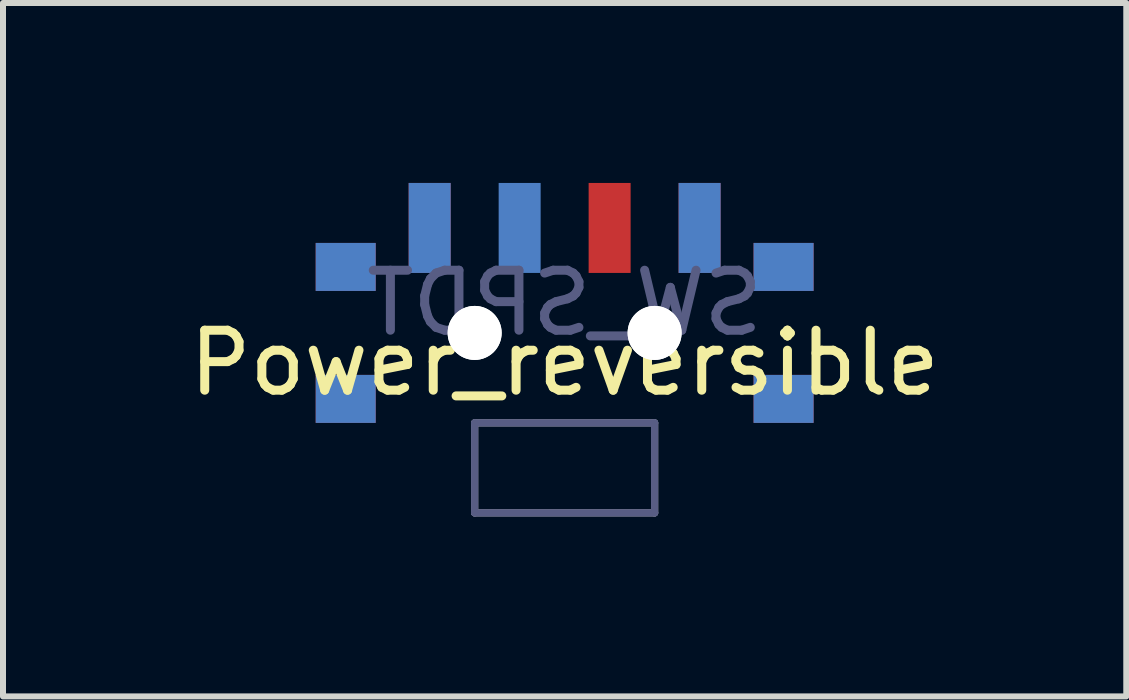
<source format=kicad_pcb>
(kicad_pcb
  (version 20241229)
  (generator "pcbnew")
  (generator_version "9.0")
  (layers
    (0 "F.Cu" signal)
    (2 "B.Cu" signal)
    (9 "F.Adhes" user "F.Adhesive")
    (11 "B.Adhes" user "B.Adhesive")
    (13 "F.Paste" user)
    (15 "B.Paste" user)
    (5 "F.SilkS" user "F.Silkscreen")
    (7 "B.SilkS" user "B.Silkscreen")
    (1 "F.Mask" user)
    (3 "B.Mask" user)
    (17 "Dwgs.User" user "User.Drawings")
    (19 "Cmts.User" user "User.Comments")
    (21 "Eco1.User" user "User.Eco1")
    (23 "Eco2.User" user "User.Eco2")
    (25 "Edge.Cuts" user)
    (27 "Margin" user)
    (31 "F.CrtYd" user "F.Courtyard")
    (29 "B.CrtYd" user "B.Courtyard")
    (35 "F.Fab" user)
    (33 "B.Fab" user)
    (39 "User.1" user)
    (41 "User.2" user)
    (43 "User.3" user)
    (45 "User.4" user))
  (footprint "Power_reversible"
    (layer "F.Cu")
    (at 6.363 2.5)
    (property "Reference" "Power_reversible" (at 0 0.5 180) (layer "F.SilkS") (effects (font (size 1 1) (thickness 0.15))))
    (fp_poly (pts (xy -4.1 -0.75) (xy -4.1 -1.45) (xy -3.2 -1.45) (xy -3.2 -0.75)) (stroke (width 0.1) (type solid)) (fill yes) (layer "F.Mask"))
    (fp_poly (pts (xy -4.1 1.45) (xy -4.1 0.75) (xy -3.2 0.75) (xy -3.2 1.45)) (stroke (width 0.1) (type solid)) (fill yes) (layer "F.Mask"))
    (fp_poly (pts (xy -2.55 -1.05) (xy -2.55 -2.45) (xy -1.95 -2.45) (xy -1.95 -1.05)) (stroke (width 0.1) (type solid)) (fill yes) (layer "F.Mask"))
    (fp_poly (pts (xy 0.45 -1.05) (xy 0.45 -2.45) (xy 1.05 -2.45) (xy 1.05 -1.05)) (stroke (width 0.1) (type solid)) (fill yes) (layer "F.Mask"))
    (fp_poly (pts (xy 1.95 -1.05) (xy 1.95 -2.45) (xy 2.55 -2.45) (xy 2.55 -1.05)) (stroke (width 0.1) (type solid)) (fill yes) (layer "F.Mask"))
    (fp_poly (pts (xy 3.2 -0.75) (xy 3.2 -1.45) (xy 4.1 -1.45) (xy 4.1 -0.75)) (stroke (width 0.1) (type solid)) (fill yes) (layer "F.Mask"))
    (fp_poly (pts (xy 3.2 1.45) (xy 3.2 0.75) (xy 4.1 0.75) (xy 4.1 1.45)) (stroke (width 0.1) (type solid)) (fill yes) (layer "F.Mask"))
    (fp_poly (pts (xy -3.2 -0.75) (xy -3.2 -1.45) (xy -4.1 -1.45) (xy -4.1 -0.75)) (stroke (width 0.1) (type solid)) (fill yes) (layer "B.Mask"))
    (fp_poly (pts (xy -3.2 1.45) (xy -3.2 0.75) (xy -4.1 0.75) (xy -4.1 1.45)) (stroke (width 0.1) (type solid)) (fill yes) (layer "B.Mask"))
    (fp_poly (pts (xy -1.95 -1.05) (xy -1.95 -2.45) (xy -2.55 -2.45) (xy -2.55 -1.05)) (stroke (width 0.1) (type solid)) (fill yes) (layer "B.Mask"))
    (fp_poly (pts (xy -0.45 -1.05) (xy -0.45 -2.45) (xy -1.05 -2.45) (xy -1.05 -1.05)) (stroke (width 0.1) (type solid)) (fill yes) (layer "B.Mask"))
    (fp_poly (pts (xy 2.55 -1.05) (xy 2.55 -2.45) (xy 1.95 -2.45) (xy 1.95 -1.05)) (stroke (width 0.1) (type solid)) (fill yes) (layer "B.Mask"))
    (fp_poly (pts (xy 4.1 -0.75) (xy 4.1 -1.45) (xy 3.2 -1.45) (xy 3.2 -0.75)) (stroke (width 0.1) (type solid)) (fill yes) (layer "B.Mask"))
    (fp_poly (pts (xy 4.1 1.45) (xy 4.1 0.75) (xy 3.2 0.75) (xy 3.2 1.45)) (stroke (width 0.1) (type solid)) (fill yes) (layer "B.Mask"))
    (fp_line (start -1.5 1.5) (end 1.5 1.5) (stroke (width 0.12) (type solid)) (layer "B.Fab"))
    (fp_line (start -1.5 3) (end -1.5 1.5) (stroke (width 0.12) (type solid)) (layer "B.Fab"))
    (fp_line (start 1.5 1.5) (end 1.5 3) (stroke (width 0.12) (type solid)) (layer "B.Fab"))
    (fp_line (start 1.5 3) (end -1.5 3) (stroke (width 0.12) (type solid)) (layer "B.Fab"))
    (fp_line (start -1.5 1.5) (end -1.5 3) (stroke (width 0.12) (type solid)) (layer "F.Fab"))
    (fp_line (start -1.5 3) (end 1.5 3) (stroke (width 0.12) (type solid)) (layer "F.Fab"))
    (fp_line (start 1.5 1.5) (end -1.5 1.5) (stroke (width 0.12) (type solid)) (layer "F.Fab"))
    (fp_line (start 1.5 3) (end 1.5 1.5) (stroke (width 0.12) (type solid)) (layer "F.Fab"))
    (fp_text user "SW_SPDT" (at 0 -0.5 0) (layer "B.Fab") (effects (font (size 1 1) (thickness 0.15)) (justify mirror)))
    (pad "" smd rect (at -3.65 -1.1) (size 1 0.8) (layers "F.Cu"))
    (pad "" smd rect (at -3.65 -1.1 180) (size 1 0.8) (layers "B.Cu"))
    (pad "" smd rect (at -3.65 1.1) (size 1 0.8) (layers "F.Cu"))
    (pad "" smd rect (at -3.65 1.1 180) (size 1 0.8) (layers "B.Cu"))
    (pad "" np_thru_hole circle (at -1.5 0 180) (size 0.9 0.9) (drill 0.9) (layers "*.Cu" "*.Mask"))
    (pad "" np_thru_hole circle (at -1.5 0) (size 0.9 0.9) (drill 0.9) (layers "*.Cu" "*.Mask"))
    (pad "" np_thru_hole circle (at 1.5 0 180) (size 0.9 0.9) (drill 0.9) (layers "*.Cu" "*.Mask"))
    (pad "" np_thru_hole circle (at 1.5 0) (size 0.9 0.9) (drill 0.9) (layers "*.Cu" "*.Mask"))
    (pad "" smd rect (at 3.65 -1.1) (size 1 0.8) (layers "F.Cu"))
    (pad "" smd rect (at 3.65 -1.1 180) (size 1 0.8) (layers "B.Cu"))
    (pad "" smd rect (at 3.65 1.1) (size 1 0.8) (layers "F.Cu"))
    (pad "" smd rect (at 3.65 1.1 180) (size 1 0.8) (layers "B.Cu"))
    (pad "1" smd rect (at -2.25 -1.75) (size 0.7 1.5) (layers "F.Cu"))
    (pad "1" smd rect (at 2.25 -1.75 180) (size 0.7 1.5) (layers "B.Cu"))
    (pad "2" smd rect (at -0.75 -1.75 180) (size 0.7 1.5) (layers "B.Cu"))
    (pad "2" smd rect (at 0.75 -1.75) (size 0.7 1.5) (layers "F.Cu"))
    (pad "3" smd rect (at -2.25 -1.75 180) (size 0.7 1.5) (layers "B.Cu"))
    (pad "3" smd rect (at 2.25 -1.75) (size 0.7 1.5) (layers "F.Cu")))
  (gr_rect
    (start -3 -3)
    (end 15.726 8.56)
    (stroke (width 0.1) (type default))
    (fill no)
    (layer "Edge.Cuts")))
</source>
